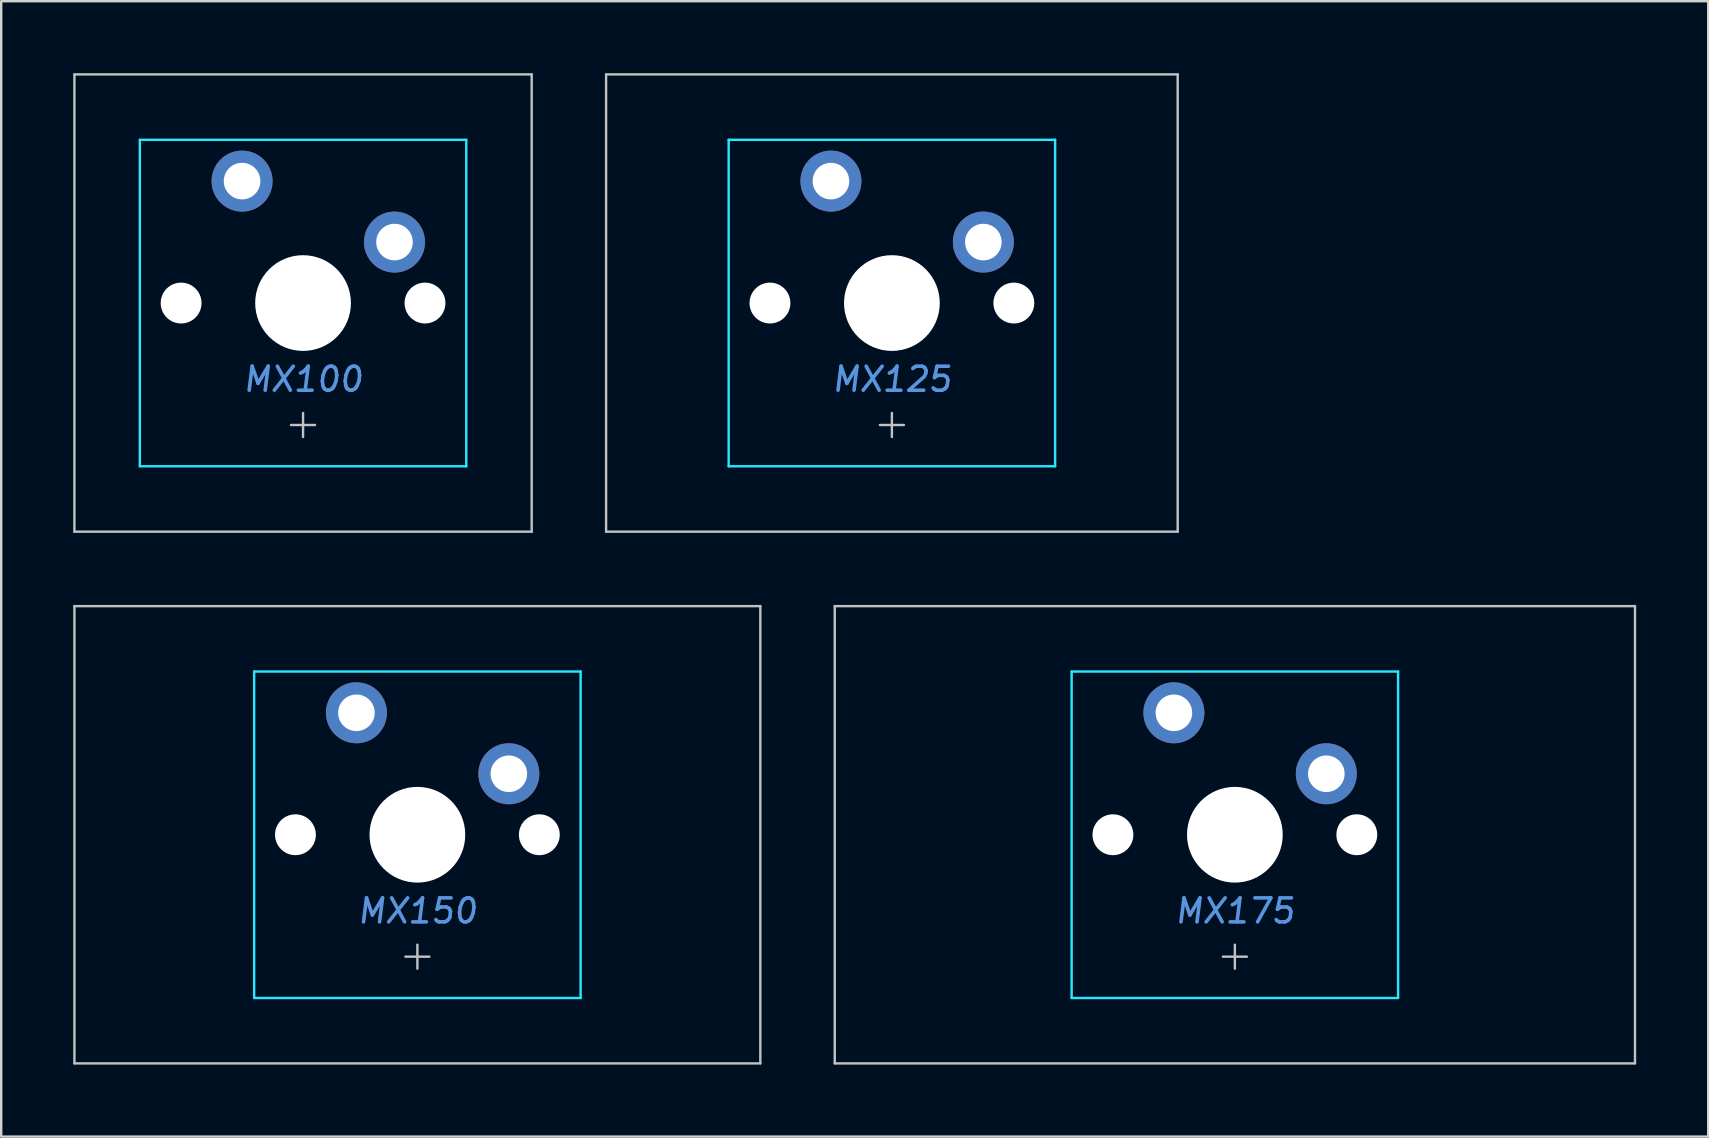
<source format=kicad_pcb>
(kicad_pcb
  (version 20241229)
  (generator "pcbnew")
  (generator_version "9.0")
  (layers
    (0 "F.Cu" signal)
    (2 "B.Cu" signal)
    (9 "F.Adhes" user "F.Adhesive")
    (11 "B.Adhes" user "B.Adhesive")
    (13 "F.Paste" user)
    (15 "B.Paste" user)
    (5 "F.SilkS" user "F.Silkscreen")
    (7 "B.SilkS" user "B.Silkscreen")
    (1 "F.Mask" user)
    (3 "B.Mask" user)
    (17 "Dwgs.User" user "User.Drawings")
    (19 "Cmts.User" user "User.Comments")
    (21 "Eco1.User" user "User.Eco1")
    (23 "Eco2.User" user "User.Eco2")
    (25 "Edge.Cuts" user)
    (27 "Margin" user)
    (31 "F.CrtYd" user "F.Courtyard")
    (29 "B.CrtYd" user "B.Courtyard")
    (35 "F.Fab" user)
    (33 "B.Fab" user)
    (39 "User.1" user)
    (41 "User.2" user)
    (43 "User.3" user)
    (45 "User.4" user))
  (footprint "MX150"
    (layer "F.Cu")
    (at 14.338 31.725)
    (property "Reference" "MX150" (at 0 3.175 0) (layer "Cmts.User") (effects (font (size 1 1) (thickness 0.15) (italic yes))))
    (attr through_hole)
    (fp_line (start -14.287 -9.525) (end -14.287 9.525) (stroke (width 0.1) (type solid)) (layer "Dwgs.User"))
    (fp_line (start -14.287 -9.525) (end 14.287 -9.525) (stroke (width 0.1) (type solid)) (layer "Dwgs.User"))
    (fp_line (start -14.287 9.525) (end 14.287 9.525) (stroke (width 0.1) (type solid)) (layer "Dwgs.User"))
    (fp_line (start 0 5.58) (end 0 4.58) (stroke (width 0.1) (type solid)) (layer "Dwgs.User"))
    (fp_line (start 0.5 5.08) (end -0.5 5.08) (stroke (width 0.1) (type solid)) (layer "Dwgs.User"))
    (fp_line (start 14.287 -9.525) (end 14.287 9.525) (stroke (width 0.1) (type solid)) (layer "Dwgs.User"))
    (fp_line (start -7 -6.5) (end -7 6.5) (stroke (width 0.1) (type solid)) (layer "Eco1.User"))
    (fp_line (start -6.5 7) (end 6.5 7) (stroke (width 0.1) (type solid)) (layer "Eco1.User"))
    (fp_line (start 6.5 -7) (end -6.5 -7) (stroke (width 0.1) (type solid)) (layer "Eco1.User"))
    (fp_line (start 7 6.5) (end 7 -6.5) (stroke (width 0.1) (type solid)) (layer "Eco1.User"))
    (fp_arc (start -7 -6.5) (mid -6.853553 -6.853553) (end -6.5 -7) (stroke (width 0.1) (type solid)) (layer "Eco1.User"))
    (fp_arc (start -6.5 7) (mid -6.853553 6.853553) (end -7 6.5) (stroke (width 0.1) (type solid)) (layer "Eco1.User"))
    (fp_arc (start 6.5 -7) (mid 6.853553 -6.853553) (end 7 -6.5) (stroke (width 0.1) (type solid)) (layer "Eco1.User"))
    (fp_arc (start 7 6.5) (mid 6.853553 6.853553) (end 6.5 7) (stroke (width 0.1) (type solid)) (layer "Eco1.User"))
    (fp_line (start -6.8 -6.8) (end 6.8 -6.8) (stroke (width 0.1) (type solid)) (layer "B.CrtYd"))
    (fp_line (start -6.8 6.8) (end -6.8 -6.8) (stroke (width 0.1) (type solid)) (layer "B.CrtYd"))
    (fp_line (start -6.8 6.8) (end 6.8 6.8) (stroke (width 0.1) (type solid)) (layer "B.CrtYd"))
    (fp_line (start 6.8 6.8) (end 6.8 -6.8) (stroke (width 0.1) (type solid)) (layer "B.CrtYd"))
    (pad "" np_thru_hole circle (at -5.08 0) (size 1.702 1.702) (drill 1.702) (layers "*.Cu" "*.Mask"))
    (pad "" np_thru_hole circle (at 0 0) (size 3.988 3.988) (drill 3.988) (layers "*.Cu" "*.Mask"))
    (pad "" np_thru_hole circle (at 5.08 0) (size 1.702 1.702) (drill 1.702) (layers "*.Cu" "*.Mask"))
    (pad "1" thru_hole circle (at -2.54 -5.08) (size 2.54 2.54) (drill 1.524) (layers "*.Cu" "*.Mask"))
    (pad "2" thru_hole circle (at 3.81 -2.54) (size 2.54 2.54) (drill 1.524) (layers "*.Cu" "*.Mask")))
  (footprint "MX175"
    (layer "F.Cu")
    (at 48.394 31.725)
    (property "Reference" "MX175" (at 0 3.175 0) (layer "Cmts.User") (effects (font (size 1 1) (thickness 0.15) (italic yes))))
    (attr through_hole)
    (fp_line (start -16.669 -9.525) (end -16.669 9.525) (stroke (width 0.1) (type solid)) (layer "Dwgs.User"))
    (fp_line (start -16.669 -9.525) (end 16.669 -9.525) (stroke (width 0.1) (type solid)) (layer "Dwgs.User"))
    (fp_line (start -16.669 9.525) (end 16.669 9.525) (stroke (width 0.1) (type solid)) (layer "Dwgs.User"))
    (fp_line (start -0.5 5.08) (end 0.5 5.08) (stroke (width 0.1) (type solid)) (layer "Dwgs.User"))
    (fp_line (start 0 4.58) (end 0 5.58) (stroke (width 0.1) (type solid)) (layer "Dwgs.User"))
    (fp_line (start 16.669 -9.525) (end 16.669 9.525) (stroke (width 0.1) (type solid)) (layer "Dwgs.User"))
    (fp_line (start -7 -6.5) (end -7 6.5) (stroke (width 0.1) (type solid)) (layer "Eco1.User"))
    (fp_line (start -6.5 7) (end 6.5 7) (stroke (width 0.1) (type solid)) (layer "Eco1.User"))
    (fp_line (start 6.5 -7) (end -6.5 -7) (stroke (width 0.1) (type solid)) (layer "Eco1.User"))
    (fp_line (start 7 6.5) (end 7 -6.5) (stroke (width 0.1) (type solid)) (layer "Eco1.User"))
    (fp_arc (start -7 -6.5) (mid -6.853553 -6.853553) (end -6.5 -7) (stroke (width 0.1) (type solid)) (layer "Eco1.User"))
    (fp_arc (start -6.5 7) (mid -6.853553 6.853553) (end -7 6.5) (stroke (width 0.1) (type solid)) (layer "Eco1.User"))
    (fp_arc (start 6.5 -7) (mid 6.853553 -6.853553) (end 7 -6.5) (stroke (width 0.1) (type solid)) (layer "Eco1.User"))
    (fp_arc (start 7 6.5) (mid 6.853553 6.853553) (end 6.5 7) (stroke (width 0.1) (type solid)) (layer "Eco1.User"))
    (fp_line (start -6.8 -6.8) (end 6.8 -6.8) (stroke (width 0.1) (type solid)) (layer "B.CrtYd"))
    (fp_line (start -6.8 6.8) (end -6.8 -6.8) (stroke (width 0.1) (type solid)) (layer "B.CrtYd"))
    (fp_line (start -6.8 6.8) (end 6.8 6.8) (stroke (width 0.1) (type solid)) (layer "B.CrtYd"))
    (fp_line (start 6.8 6.8) (end 6.8 -6.8) (stroke (width 0.1) (type solid)) (layer "B.CrtYd"))
    (pad "" np_thru_hole circle (at -5.08 0) (size 1.702 1.702) (drill 1.702) (layers "*.Cu" "*.Mask"))
    (pad "" np_thru_hole circle (at 0 0) (size 3.988 3.988) (drill 3.988) (layers "*.Cu" "*.Mask"))
    (pad "" np_thru_hole circle (at 5.08 0) (size 1.702 1.702) (drill 1.702) (layers "*.Cu" "*.Mask"))
    (pad "1" thru_hole circle (at -2.54 -5.08) (size 2.54 2.54) (drill 1.524) (layers "*.Cu" "*.Mask"))
    (pad "2" thru_hole circle (at 3.81 -2.54) (size 2.54 2.54) (drill 1.524) (layers "*.Cu" "*.Mask")))
  (footprint "MX125"
    (layer "F.Cu")
    (at 34.106 9.575)
    (property "Reference" "MX125" (at 0 3.175 0) (layer "Cmts.User") (effects (font (size 1 1) (thickness 0.15) (italic yes))))
    (attr through_hole)
    (fp_line (start -11.906 -9.525) (end -11.906 9.525) (stroke (width 0.1) (type solid)) (layer "Dwgs.User"))
    (fp_line (start -11.906 -9.525) (end 11.906 -9.525) (stroke (width 0.1) (type solid)) (layer "Dwgs.User"))
    (fp_line (start -11.906 9.525) (end 11.906 9.525) (stroke (width 0.1) (type solid)) (layer "Dwgs.User"))
    (fp_line (start -0.5 5.08) (end 0.5 5.08) (stroke (width 0.1) (type solid)) (layer "Dwgs.User"))
    (fp_line (start 0 4.58) (end 0 5.58) (stroke (width 0.1) (type solid)) (layer "Dwgs.User"))
    (fp_line (start 11.906 -9.525) (end 11.906 9.525) (stroke (width 0.1) (type solid)) (layer "Dwgs.User"))
    (fp_line (start -7 -6.5) (end -7 6.5) (stroke (width 0.1) (type solid)) (layer "Eco1.User"))
    (fp_line (start -6.5 7) (end 6.5 7) (stroke (width 0.1) (type solid)) (layer "Eco1.User"))
    (fp_line (start 6.5 -7) (end -6.5 -7) (stroke (width 0.1) (type solid)) (layer "Eco1.User"))
    (fp_line (start 7 6.5) (end 7 -6.5) (stroke (width 0.1) (type solid)) (layer "Eco1.User"))
    (fp_arc (start -7 -6.5) (mid -6.853553 -6.853553) (end -6.5 -7) (stroke (width 0.1) (type solid)) (layer "Eco1.User"))
    (fp_arc (start -6.5 7) (mid -6.853553 6.853553) (end -7 6.5) (stroke (width 0.1) (type solid)) (layer "Eco1.User"))
    (fp_arc (start 6.5 -7) (mid 6.853553 -6.853553) (end 7 -6.5) (stroke (width 0.1) (type solid)) (layer "Eco1.User"))
    (fp_arc (start 7 6.5) (mid 6.853553 6.853553) (end 6.5 7) (stroke (width 0.1) (type solid)) (layer "Eco1.User"))
    (fp_line (start -6.8 -6.8) (end -6.8 6.8) (stroke (width 0.1) (type solid)) (layer "B.CrtYd"))
    (fp_line (start -6.8 -6.8) (end 6.8 -6.8) (stroke (width 0.1) (type solid)) (layer "B.CrtYd"))
    (fp_line (start -6.8 6.8) (end 6.8 6.8) (stroke (width 0.1) (type solid)) (layer "B.CrtYd"))
    (fp_line (start 6.8 6.8) (end 6.8 -6.8) (stroke (width 0.1) (type solid)) (layer "B.CrtYd"))
    (pad "" np_thru_hole circle (at -5.08 0) (size 1.702 1.702) (drill 1.702) (layers "*.Cu" "*.Mask"))
    (pad "" np_thru_hole circle (at 0 0) (size 3.988 3.988) (drill 3.988) (layers "*.Cu" "*.Mask"))
    (pad "" np_thru_hole circle (at 5.08 0) (size 1.702 1.702) (drill 1.702) (layers "*.Cu" "*.Mask"))
    (pad "1" thru_hole circle (at -2.54 -5.08) (size 2.54 2.54) (drill 1.524) (layers "*.Cu" "*.Mask"))
    (pad "2" thru_hole circle (at 3.81 -2.54) (size 2.54 2.54) (drill 1.524) (layers "*.Cu" "*.Mask")))
  (footprint "MX100"
    (layer "F.Cu")
    (at 9.575 9.575)
    (property "Reference" "MX100" (at 0 3.175 0) (layer "Cmts.User") (effects (font (size 1 1) (thickness 0.15) (italic yes))))
    (attr through_hole)
    (fp_circle (center 3.81 -2.54) (end 4.318 -2.54) (stroke (width 0.12) (type solid)) (fill no) (layer "F.Mask"))
    (fp_line (start -9.525 -9.525) (end 9.525 -9.525) (stroke (width 0.1) (type solid)) (layer "Dwgs.User"))
    (fp_line (start -9.525 9.525) (end -9.525 -9.525) (stroke (width 0.1) (type solid)) (layer "Dwgs.User"))
    (fp_line (start -0.5 5.08) (end 0.5 5.08) (stroke (width 0.1) (type solid)) (layer "Dwgs.User"))
    (fp_line (start 0 4.58) (end 0 5.58) (stroke (width 0.1) (type solid)) (layer "Dwgs.User"))
    (fp_line (start 9.525 -9.525) (end 9.525 9.525) (stroke (width 0.1) (type solid)) (layer "Dwgs.User"))
    (fp_line (start 9.525 9.525) (end -9.525 9.525) (stroke (width 0.1) (type solid)) (layer "Dwgs.User"))
    (fp_line (start -7 -6.5) (end -7 6.5) (stroke (width 0.1) (type solid)) (layer "Eco1.User"))
    (fp_line (start -6.5 7) (end 6.5 7) (stroke (width 0.1) (type solid)) (layer "Eco1.User"))
    (fp_line (start 6.5 -7) (end -6.5 -7) (stroke (width 0.1) (type solid)) (layer "Eco1.User"))
    (fp_line (start 7 6.5) (end 7 -6.5) (stroke (width 0.1) (type solid)) (layer "Eco1.User"))
    (fp_arc (start -7 -6.5) (mid -6.853553 -6.853553) (end -6.5 -7) (stroke (width 0.1) (type solid)) (layer "Eco1.User"))
    (fp_arc (start -6.5 7) (mid -6.853553 6.853553) (end -7 6.5) (stroke (width 0.1) (type solid)) (layer "Eco1.User"))
    (fp_arc (start 6.5 -7) (mid 6.853553 -6.853553) (end 7 -6.5) (stroke (width 0.1) (type solid)) (layer "Eco1.User"))
    (fp_arc (start 7 6.5) (mid 6.853553 6.853553) (end 6.5 7) (stroke (width 0.1) (type solid)) (layer "Eco1.User"))
    (fp_line (start -6.8 -6.8) (end -6.8 6.8) (stroke (width 0.1) (type solid)) (layer "B.CrtYd"))
    (fp_line (start -6.8 -6.8) (end 6.8 -6.8) (stroke (width 0.1) (type solid)) (layer "B.CrtYd"))
    (fp_line (start -6.8 6.8) (end 6.8 6.8) (stroke (width 0.1) (type solid)) (layer "B.CrtYd"))
    (fp_line (start 6.8 -6.8) (end 6.8 6.8) (stroke (width 0.1) (type solid)) (layer "B.CrtYd"))
    (pad "" np_thru_hole circle (at -5.08 0) (size 1.702 1.702) (drill 1.702) (layers "*.Cu" "*.Mask"))
    (pad "" np_thru_hole circle (at 0 0) (size 3.988 3.988) (drill 3.988) (layers "*.Cu" "*.Mask"))
    (pad "" np_thru_hole circle (at 5.08 0) (size 1.702 1.702) (drill 1.702) (layers "*.Cu" "*.Mask"))
    (pad "1" thru_hole circle (at -2.54 -5.08) (size 2.54 2.54) (drill 1.524) (layers "*.Cu" "*.Mask"))
    (pad "2" thru_hole circle (at 3.81 -2.54 90) (size 2.54 2.54) (drill 1.524) (layers "*.Cu" "*.Mask")))
  (gr_rect
    (start -3 -3)
    (end 68.112 44.3)
    (stroke (width 0.1) (type default))
    (fill no)
    (layer "Edge.Cuts")))
</source>
